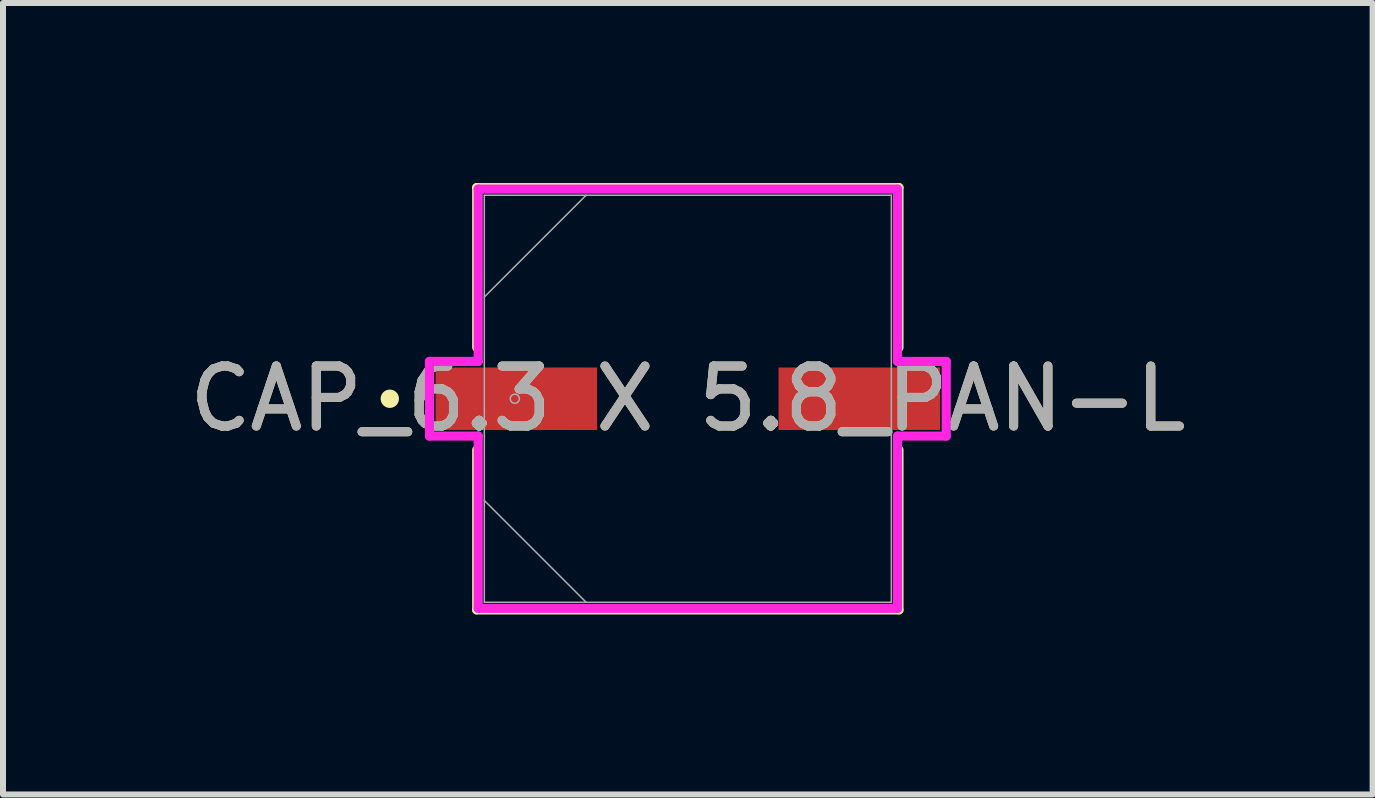
<source format=kicad_pcb>
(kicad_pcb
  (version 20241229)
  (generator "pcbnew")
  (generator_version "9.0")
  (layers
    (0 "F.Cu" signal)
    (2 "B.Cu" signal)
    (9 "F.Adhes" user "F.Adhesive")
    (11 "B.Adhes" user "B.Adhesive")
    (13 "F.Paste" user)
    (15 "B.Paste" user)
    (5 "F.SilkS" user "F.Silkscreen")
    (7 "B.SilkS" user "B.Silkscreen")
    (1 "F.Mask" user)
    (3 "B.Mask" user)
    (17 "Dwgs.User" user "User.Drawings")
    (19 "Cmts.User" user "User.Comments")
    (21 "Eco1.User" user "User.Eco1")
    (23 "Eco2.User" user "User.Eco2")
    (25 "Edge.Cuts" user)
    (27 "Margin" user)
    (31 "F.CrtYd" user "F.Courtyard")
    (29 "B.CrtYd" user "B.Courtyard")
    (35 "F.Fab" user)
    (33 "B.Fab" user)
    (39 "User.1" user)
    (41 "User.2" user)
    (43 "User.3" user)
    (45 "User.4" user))
  (footprint "CAP_6.3 X 5.8_PAN-L"
    (layer "F.Cu")
    (at 8.411 3.594)
    (property "Reference" "CAP_6.3 X 5.8_PAN-L" (at 0 0 0) (unlocked yes) (layer "F.SilkS") (effects (font (size 1 1) (thickness 0.15))))
    (attr smd)
    (fp_line (start -3.518 -3.518) (end -3.518 -0.853) (stroke (width 0.152) (type solid)) (layer "F.SilkS"))
    (fp_line (start -3.518 0.853) (end -3.518 3.518) (stroke (width 0.152) (type solid)) (layer "F.SilkS"))
    (fp_line (start -3.518 3.518) (end 3.518 3.518) (stroke (width 0.152) (type solid)) (layer "F.SilkS"))
    (fp_line (start 3.518 -3.518) (end -3.518 -3.518) (stroke (width 0.152) (type solid)) (layer "F.SilkS"))
    (fp_line (start 3.518 -0.853) (end 3.518 -3.518) (stroke (width 0.152) (type solid)) (layer "F.SilkS"))
    (fp_line (start 3.518 3.518) (end 3.518 0.853) (stroke (width 0.152) (type solid)) (layer "F.SilkS"))
    (fp_circle (center -4.966 0) (end -4.889 0) (stroke (width 0.152) (type solid)) (fill no) (layer "F.SilkS"))
    (fp_line (start -4.305 -0.622) (end -3.493 -0.622) (stroke (width 0.152) (type solid)) (layer "F.CrtYd"))
    (fp_line (start -4.305 0.622) (end -4.305 -0.622) (stroke (width 0.152) (type solid)) (layer "F.CrtYd"))
    (fp_line (start -3.493 -3.493) (end 3.493 -3.493) (stroke (width 0.152) (type solid)) (layer "F.CrtYd"))
    (fp_line (start -3.493 -0.622) (end -3.493 -3.493) (stroke (width 0.152) (type solid)) (layer "F.CrtYd"))
    (fp_line (start -3.493 0.622) (end -4.305 0.622) (stroke (width 0.152) (type solid)) (layer "F.CrtYd"))
    (fp_line (start -3.493 3.493) (end -3.493 0.622) (stroke (width 0.152) (type solid)) (layer "F.CrtYd"))
    (fp_line (start 3.493 -3.493) (end 3.493 -0.622) (stroke (width 0.152) (type solid)) (layer "F.CrtYd"))
    (fp_line (start 3.493 -0.622) (end 4.305 -0.622) (stroke (width 0.152) (type solid)) (layer "F.CrtYd"))
    (fp_line (start 3.493 0.622) (end 3.493 3.493) (stroke (width 0.152) (type solid)) (layer "F.CrtYd"))
    (fp_line (start 3.493 3.493) (end -3.493 3.493) (stroke (width 0.152) (type solid)) (layer "F.CrtYd"))
    (fp_line (start 4.305 -0.622) (end 4.305 0.622) (stroke (width 0.152) (type solid)) (layer "F.CrtYd"))
    (fp_line (start 4.305 0.622) (end 3.493 0.622) (stroke (width 0.152) (type solid)) (layer "F.CrtYd"))
    (fp_line (start -3.391 -3.391) (end -3.391 3.391) (stroke (width 0.025) (type solid)) (layer "F.Fab"))
    (fp_line (start -3.391 -1.695) (end -1.695 -3.391) (stroke (width 0.025) (type solid)) (layer "F.Fab"))
    (fp_line (start -3.391 1.695) (end -1.695 3.391) (stroke (width 0.025) (type solid)) (layer "F.Fab"))
    (fp_line (start -3.391 3.391) (end 3.391 3.391) (stroke (width 0.025) (type solid)) (layer "F.Fab"))
    (fp_line (start 3.391 -3.391) (end -3.391 -3.391) (stroke (width 0.025) (type solid)) (layer "F.Fab"))
    (fp_line (start 3.391 3.391) (end 3.391 -3.391) (stroke (width 0.025) (type solid)) (layer "F.Fab"))
    (fp_circle (center -2.883 0) (end -2.807 0) (stroke (width 0.025) (type solid)) (fill no) (layer "F.Fab"))
    (fp_text user "${REFERENCE}" (at 0 0 0) (unlocked yes) (layer "F.Fab") (effects (font (size 1 1) (thickness 0.15))))
    (pad "1" smd rect (at -2.857 0) (size 2.692 1.041) (layers "F.Cu" "F.Mask" "F.Paste"))
    (pad "2" smd rect (at 2.857 0) (size 2.692 1.041) (layers "F.Cu" "F.Mask" "F.Paste"))
    (zone (net_name "") (layer "F.Cu") (hatch full 0.508) (connect_pads) (min_thickness 0.254) (filled_areas_thickness no) (keepout (tracks not_allowed) (vias not_allowed) (pads allowed) (copperpour not_allowed) (footprints allowed)) (placement (enabled no)) (fill) (polygon (pts (xy 5.071 0.254) (xy 11.751 0.254) (xy 11.751 3.023) (xy 5.071 3.023))))
    (zone (net_name "") (layer "F.Cu") (hatch full 0.508) (connect_pads) (min_thickness 0.254) (filled_areas_thickness no) (keepout (tracks not_allowed) (vias not_allowed) (pads allowed) (copperpour not_allowed) (footprints allowed)) (placement (enabled no)) (fill) (polygon (pts (xy 5.071 4.166) (xy 11.751 4.166) (xy 11.751 6.934) (xy 5.071 6.934))))
    (zone (net_name "") (layer "F.Cu") (hatch full 0.508) (connect_pads) (min_thickness 0.254) (filled_areas_thickness no) (keepout (tracks not_allowed) (vias not_allowed) (pads allowed) (copperpour not_allowed) (footprints allowed)) (placement (enabled no)) (fill) (polygon (pts (xy 6.95 3.023) (xy 9.871 3.023) (xy 9.871 4.166) (xy 6.95 4.166)))))
  (gr_rect
    (start -3 -3)
    (end 19.821 10.188)
    (stroke (width 0.1) (type default))
    (fill no)
    (layer "Edge.Cuts")))
</source>
